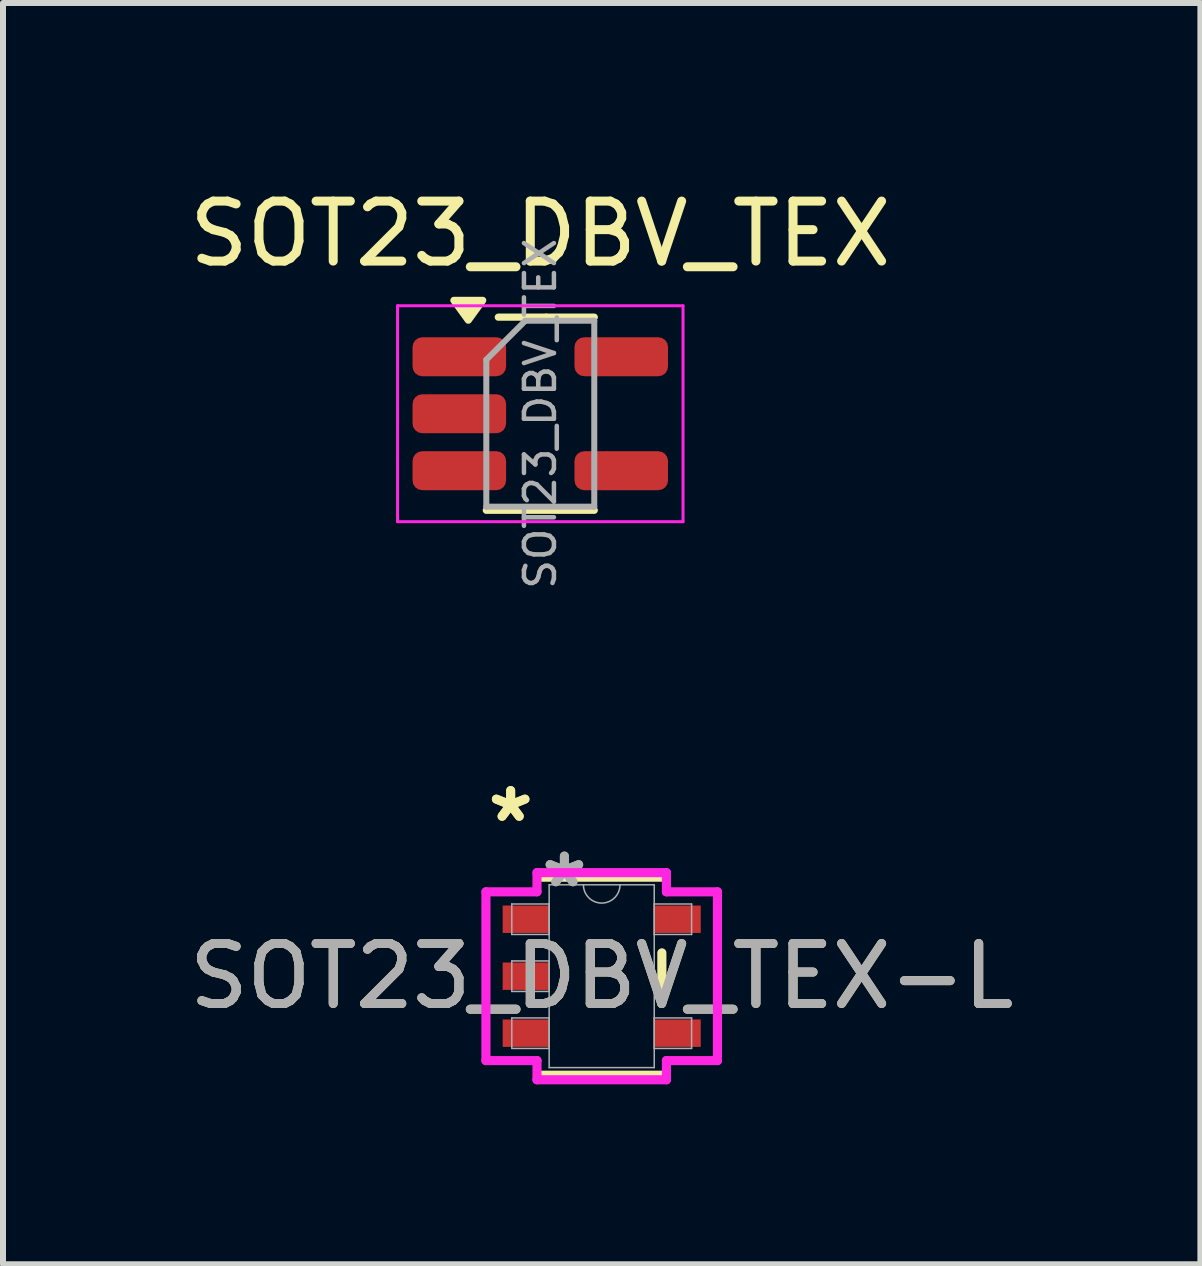
<source format=kicad_pcb>
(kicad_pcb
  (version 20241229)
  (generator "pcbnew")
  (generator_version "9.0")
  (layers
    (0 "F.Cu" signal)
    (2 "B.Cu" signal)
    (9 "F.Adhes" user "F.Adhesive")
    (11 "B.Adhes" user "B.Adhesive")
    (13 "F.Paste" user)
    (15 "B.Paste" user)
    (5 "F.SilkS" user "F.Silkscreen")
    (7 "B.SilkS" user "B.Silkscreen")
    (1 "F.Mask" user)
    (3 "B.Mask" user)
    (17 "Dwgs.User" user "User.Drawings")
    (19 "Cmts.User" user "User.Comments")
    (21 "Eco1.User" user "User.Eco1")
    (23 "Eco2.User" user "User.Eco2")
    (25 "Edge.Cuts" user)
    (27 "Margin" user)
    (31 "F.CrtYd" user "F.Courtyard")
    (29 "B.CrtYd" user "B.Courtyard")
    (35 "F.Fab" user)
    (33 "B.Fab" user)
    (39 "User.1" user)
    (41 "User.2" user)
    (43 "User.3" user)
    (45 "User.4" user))
  (footprint "SOT23_DBV_TEX-L"
    (layer "F.Cu")
    (at 6.982 13.226)
    (property "Reference" "SOT23_DBV_TEX-L" (at 0 0 0) (unlocked yes) (layer "F.SilkS") (effects (font (size 1 1) (thickness 0.15))))
    (attr smd)
    (fp_line (start -1.003 1.651) (end 1.003 1.651) (stroke (width 0.152) (type solid)) (layer "F.SilkS"))
    (fp_line (start 1.003 -1.651) (end -1.003 -1.651) (stroke (width 0.152) (type solid)) (layer "F.SilkS"))
    (fp_line (start 1.003 0.389) (end 1.003 -0.389) (stroke (width 0.152) (type solid)) (layer "F.SilkS"))
    (fp_line (start -1.93 -1.407) (end -1.079 -1.407) (stroke (width 0.152) (type solid)) (layer "F.CrtYd"))
    (fp_line (start -1.93 1.407) (end -1.93 -1.407) (stroke (width 0.152) (type solid)) (layer "F.CrtYd"))
    (fp_line (start -1.079 -1.727) (end 1.079 -1.727) (stroke (width 0.152) (type solid)) (layer "F.CrtYd"))
    (fp_line (start -1.079 -1.407) (end -1.079 -1.727) (stroke (width 0.152) (type solid)) (layer "F.CrtYd"))
    (fp_line (start -1.079 1.407) (end -1.93 1.407) (stroke (width 0.152) (type solid)) (layer "F.CrtYd"))
    (fp_line (start -1.079 1.727) (end -1.079 1.407) (stroke (width 0.152) (type solid)) (layer "F.CrtYd"))
    (fp_line (start 1.079 -1.727) (end 1.079 -1.407) (stroke (width 0.152) (type solid)) (layer "F.CrtYd"))
    (fp_line (start 1.079 -1.407) (end 1.93 -1.407) (stroke (width 0.152) (type solid)) (layer "F.CrtYd"))
    (fp_line (start 1.079 1.407) (end 1.079 1.727) (stroke (width 0.152) (type solid)) (layer "F.CrtYd"))
    (fp_line (start 1.079 1.727) (end -1.079 1.727) (stroke (width 0.152) (type solid)) (layer "F.CrtYd"))
    (fp_line (start 1.93 -1.407) (end 1.93 1.407) (stroke (width 0.152) (type solid)) (layer "F.CrtYd"))
    (fp_line (start 1.93 1.407) (end 1.079 1.407) (stroke (width 0.152) (type solid)) (layer "F.CrtYd"))
    (fp_line (start -1.499 -1.204) (end -1.499 -0.696) (stroke (width 0.025) (type solid)) (layer "F.Fab"))
    (fp_line (start -1.499 -0.696) (end -0.876 -0.696) (stroke (width 0.025) (type solid)) (layer "F.Fab"))
    (fp_line (start -1.499 -0.254) (end -1.499 0.254) (stroke (width 0.025) (type solid)) (layer "F.Fab"))
    (fp_line (start -1.499 0.254) (end -0.876 0.254) (stroke (width 0.025) (type solid)) (layer "F.Fab"))
    (fp_line (start -1.499 0.696) (end -1.499 1.204) (stroke (width 0.025) (type solid)) (layer "F.Fab"))
    (fp_line (start -1.499 1.204) (end -0.876 1.204) (stroke (width 0.025) (type solid)) (layer "F.Fab"))
    (fp_line (start -0.876 -1.524) (end -0.876 1.524) (stroke (width 0.025) (type solid)) (layer "F.Fab"))
    (fp_line (start -0.876 -1.204) (end -1.499 -1.204) (stroke (width 0.025) (type solid)) (layer "F.Fab"))
    (fp_line (start -0.876 -0.696) (end -0.876 -1.204) (stroke (width 0.025) (type solid)) (layer "F.Fab"))
    (fp_line (start -0.876 -0.254) (end -1.499 -0.254) (stroke (width 0.025) (type solid)) (layer "F.Fab"))
    (fp_line (start -0.876 0.254) (end -0.876 -0.254) (stroke (width 0.025) (type solid)) (layer "F.Fab"))
    (fp_line (start -0.876 0.696) (end -1.499 0.696) (stroke (width 0.025) (type solid)) (layer "F.Fab"))
    (fp_line (start -0.876 1.204) (end -0.876 0.696) (stroke (width 0.025) (type solid)) (layer "F.Fab"))
    (fp_line (start -0.876 1.524) (end 0.876 1.524) (stroke (width 0.025) (type solid)) (layer "F.Fab"))
    (fp_line (start 0.876 -1.524) (end -0.876 -1.524) (stroke (width 0.025) (type solid)) (layer "F.Fab"))
    (fp_line (start 0.876 -1.204) (end 0.876 -0.696) (stroke (width 0.025) (type solid)) (layer "F.Fab"))
    (fp_line (start 0.876 -0.696) (end 1.499 -0.696) (stroke (width 0.025) (type solid)) (layer "F.Fab"))
    (fp_line (start 0.876 0.696) (end 0.876 1.204) (stroke (width 0.025) (type solid)) (layer "F.Fab"))
    (fp_line (start 0.876 1.204) (end 1.499 1.204) (stroke (width 0.025) (type solid)) (layer "F.Fab"))
    (fp_line (start 0.876 1.524) (end 0.876 -1.524) (stroke (width 0.025) (type solid)) (layer "F.Fab"))
    (fp_line (start 1.499 -1.204) (end 0.876 -1.204) (stroke (width 0.025) (type solid)) (layer "F.Fab"))
    (fp_line (start 1.499 -0.696) (end 1.499 -1.204) (stroke (width 0.025) (type solid)) (layer "F.Fab"))
    (fp_line (start 1.499 0.696) (end 0.876 0.696) (stroke (width 0.025) (type solid)) (layer "F.Fab"))
    (fp_line (start 1.499 1.204) (end 1.499 0.696) (stroke (width 0.025) (type solid)) (layer "F.Fab"))
    (fp_arc (start 0.3048 -1.524) (mid 0 -1.2192) (end -0.3048 -1.524) (stroke (width 0.0254) (type solid)) (layer "F.Fab"))
    (fp_text user "*" (at -1.518 -2.55 0) (layer "F.SilkS") (effects (font (size 1 1) (thickness 0.15))))
    (fp_text user "*" (at -1.518 -2.55 0) (unlocked yes) (layer "F.SilkS") (effects (font (size 1 1) (thickness 0.15))))
    (fp_text user "*" (at -0.622 -1.458 0) (unlocked yes) (layer "F.Fab") (effects (font (size 1 1) (thickness 0.15))))
    (fp_text user "*" (at -0.622 -1.458 0) (layer "F.Fab") (effects (font (size 1 1) (thickness 0.15))))
    (fp_text user "${REFERENCE}" (at 0 0 0) (unlocked yes) (layer "F.Fab") (effects (font (size 1 1) (thickness 0.15))))
    (pad "1" smd rect (at -1.264 -0.95) (size 0.775 0.457) (layers "F.Cu" "F.Mask" "F.Paste"))
    (pad "2" smd rect (at -1.264 0) (size 0.775 0.457) (layers "F.Cu" "F.Mask" "F.Paste"))
    (pad "3" smd rect (at -1.264 0.95) (size 0.775 0.457) (layers "F.Cu" "F.Mask" "F.Paste"))
    (pad "4" smd rect (at 1.264 0.95) (size 0.775 0.457) (layers "F.Cu" "F.Mask" "F.Paste"))
    (pad "5" smd rect (at 1.264 -0.95) (size 0.775 0.457) (layers "F.Cu" "F.Mask" "F.Paste")))
  (footprint "SOT23_DBV_TEX"
    (layer "F.Cu")
    (at 5.958 3.848)
    (property "Reference" "SOT23_DBV_TEX" (at 0 -3 0) (unlocked yes) (layer "F.SilkS") (effects (font (size 1 1) (thickness 0.15))))
    (attr smd)
    (fp_line (start -0.9 1.61) (end 0.9 1.61) (stroke (width 0.12) (type solid)) (layer "F.SilkS"))
    (fp_line (start 0.1 -1.61) (end -0.7 -1.61) (stroke (width 0.12) (type solid)) (layer "F.SilkS"))
    (fp_line (start 0.1 -1.61) (end 0.9 -1.61) (stroke (width 0.12) (type solid)) (layer "F.SilkS"))
    (fp_poly (pts (xy -1.2 -1.56) (xy -1.44 -1.89) (xy -0.96 -1.89) (xy -1.2 -1.56)) (stroke (width 0.12) (type solid)) (fill yes) (layer "F.SilkS"))
    (fp_line (start -2.38 -1.8) (end -2.38 1.8) (stroke (width 0.05) (type solid)) (layer "F.CrtYd"))
    (fp_line (start -2.38 -1.8) (end 2.38 -1.8) (stroke (width 0.05) (type solid)) (layer "F.CrtYd"))
    (fp_line (start 2.38 1.8) (end -2.38 1.8) (stroke (width 0.05) (type solid)) (layer "F.CrtYd"))
    (fp_line (start 2.38 1.8) (end 2.38 -1.8) (stroke (width 0.05) (type solid)) (layer "F.CrtYd"))
    (fp_line (start -0.9 -0.9) (end -0.9 1.55) (stroke (width 0.1) (type solid)) (layer "F.Fab"))
    (fp_line (start -0.9 -0.9) (end -0.25 -1.55) (stroke (width 0.1) (type solid)) (layer "F.Fab"))
    (fp_line (start 0.9 -1.55) (end -0.25 -1.55) (stroke (width 0.1) (type solid)) (layer "F.Fab"))
    (fp_line (start 0.9 -1.55) (end 0.9 1.55) (stroke (width 0.1) (type solid)) (layer "F.Fab"))
    (fp_line (start 0.9 1.55) (end -0.9 1.55) (stroke (width 0.1) (type solid)) (layer "F.Fab"))
    (fp_text user "${REFERENCE}" (at 0 0 90) (layer "F.Fab") (effects (font (size 0.5 0.5) (thickness 0.075))))
    (pad "1" smd roundrect (at -1.35 -0.95) (size 1.56 0.65) (layers "F.Cu" "F.Mask" "F.Paste") (roundrect_rratio 0.25))
    (pad "2" smd roundrect (at -1.35 0) (size 1.56 0.65) (layers "F.Cu" "F.Mask" "F.Paste") (roundrect_rratio 0.25))
    (pad "3" smd roundrect (at -1.35 0.95) (size 1.56 0.65) (layers "F.Cu" "F.Mask" "F.Paste") (roundrect_rratio 0.25))
    (pad "4" smd roundrect (at 1.35 0.95) (size 1.56 0.65) (layers "F.Cu" "F.Mask" "F.Paste") (roundrect_rratio 0.25))
    (pad "5" smd roundrect (at 1.35 -0.95) (size 1.56 0.65) (layers "F.Cu" "F.Mask" "F.Paste") (roundrect_rratio 0.25)))
  (gr_rect
    (start -3 -3)
    (end 16.964 18.029)
    (stroke (width 0.1) (type default))
    (fill no)
    (layer "Edge.Cuts")))
</source>
